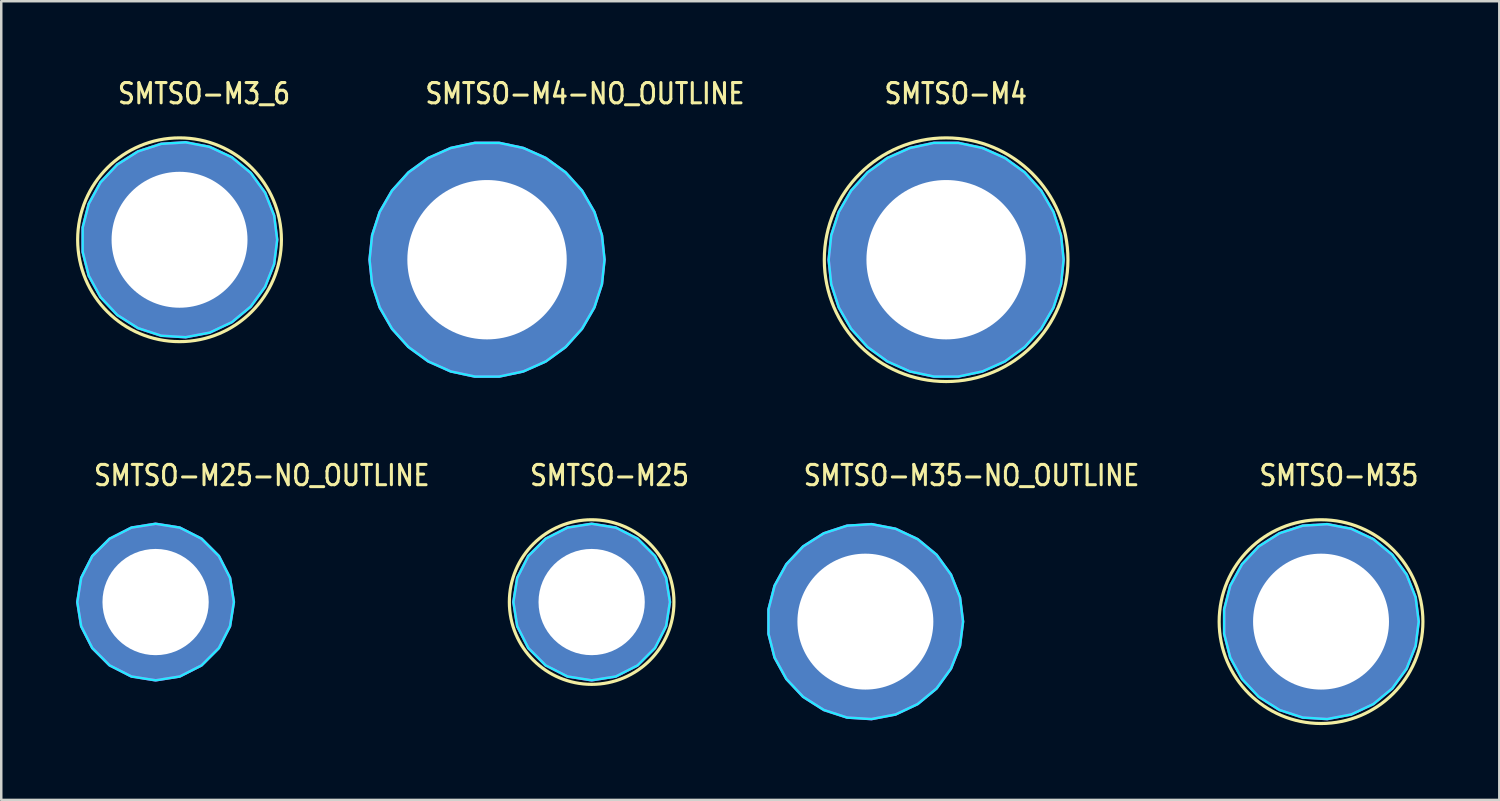
<source format=kicad_pcb>
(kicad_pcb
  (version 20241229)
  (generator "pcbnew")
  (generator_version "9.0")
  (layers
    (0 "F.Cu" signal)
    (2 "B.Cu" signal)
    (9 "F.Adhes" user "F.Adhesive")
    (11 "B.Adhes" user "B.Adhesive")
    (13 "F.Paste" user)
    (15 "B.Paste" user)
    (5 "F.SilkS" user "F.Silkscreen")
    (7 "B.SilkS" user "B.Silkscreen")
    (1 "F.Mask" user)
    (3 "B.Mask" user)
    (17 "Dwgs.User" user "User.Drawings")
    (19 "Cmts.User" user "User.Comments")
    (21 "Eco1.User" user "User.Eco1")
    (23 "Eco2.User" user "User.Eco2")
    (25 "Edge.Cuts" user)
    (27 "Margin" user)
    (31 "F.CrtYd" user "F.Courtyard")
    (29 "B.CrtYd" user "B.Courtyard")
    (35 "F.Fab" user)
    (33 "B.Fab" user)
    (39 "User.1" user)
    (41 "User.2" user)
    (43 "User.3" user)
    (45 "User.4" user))
  (footprint "SMTSO-M4-NO_OUTLINE"
    (layer "F.Cu")
    (at 16.479 7.364)
    (property "Reference" "SMTSO-M4-NO_OUTLINE" (at -2.54 -6.185 0) (unlocked yes) (layer "F.SilkS") (effects (font (size 0.813 0.695) (thickness 0.122)) (justify left bottom)))
    (fp_poly (pts (xy -4.577 -0.538) (xy 4.577 -0.538) (xy 3.227 -0.538) (xy -3.227 -0.538)) (stroke (width 0.076) (type solid)) (fill yes) (layer "F.Paste"))
    (fp_poly (pts (xy 4.577 0.538) (xy -4.577 0.538) (xy -3.227 0.538) (xy 3.227 0.538)) (stroke (width 0.076) (type solid)) (fill yes) (layer "F.Paste"))
    (fp_poly (pts (xy 4.711 0) (xy 4.608 -0.979) (xy 4.304 -1.916) (xy 3.811 -2.769) (xy 3.152 -3.501) (xy 2.355 -4.08) (xy 1.456 -4.48) (xy 0.492 -4.685) (xy -0.492 -4.685) (xy -1.456 -4.48) (xy -2.355 -4.08) (xy -3.152 -3.501) (xy -3.811 -2.769) (xy -4.304 -1.916) (xy -4.608 -0.979) (xy -4.711 0) (xy -4.608 0.979) (xy -4.304 1.916) (xy -3.811 2.769) (xy -3.152 3.501) (xy -2.355 4.08) (xy -1.456 4.48) (xy -0.492 4.685) (xy 0.492 4.685) (xy 1.456 4.48) (xy 2.355 4.08) (xy 3.152 3.501) (xy 3.811 2.769) (xy 4.304 1.916) (xy 4.608 0.979)) (stroke (width 0.1) (type solid)) (fill no) (layer "B.CrtYd"))
    (fp_poly (pts (xy 4.711 0) (xy 4.608 -0.979) (xy 4.304 -1.916) (xy 3.811 -2.769) (xy 3.152 -3.501) (xy 2.355 -4.08) (xy 1.456 -4.48) (xy 0.492 -4.685) (xy -0.492 -4.685) (xy -1.456 -4.48) (xy -2.355 -4.08) (xy -3.152 -3.501) (xy -3.811 -2.769) (xy -4.304 -1.916) (xy -4.608 -0.979) (xy -4.711 0) (xy -4.608 0.979) (xy -4.304 1.916) (xy -3.811 2.769) (xy -3.152 3.501) (xy -2.355 4.08) (xy -1.456 4.48) (xy -0.492 4.685) (xy 0.492 4.685) (xy 1.456 4.48) (xy 2.355 4.08) (xy 3.152 3.501) (xy 3.811 2.769) (xy 4.304 1.916) (xy 4.608 0.979)) (stroke (width 0.1) (type solid)) (fill no) (layer "F.CrtYd"))
    (pad "1" thru_hole oval (at 0 0) (size 9.37 9.37) (drill 6.39) (layers "*.Cu" "*.Mask")))
  (footprint "SMTSO-M4"
    (layer "F.Cu")
    (at 34.888 7.364)
    (property "Reference" "SMTSO-M4" (at -2.54 -6.185 0) (unlocked yes) (layer "F.SilkS") (effects (font (size 0.813 0.695) (thickness 0.122)) (justify left bottom)))
    (fp_circle (center 0 0) (end 4.885 0) (stroke (width 0.127) (type solid)) (fill no) (layer "F.SilkS"))
    (fp_poly (pts (xy -4.577 -0.538) (xy -0.538 -4.577) (xy -0.538 -3.227) (xy -3.227 -0.538)) (stroke (width 0.076) (type solid)) (fill yes) (layer "F.Paste"))
    (fp_poly (pts (xy -0.538 4.577) (xy -4.577 0.538) (xy -3.227 0.538) (xy -0.538 3.227)) (stroke (width 0.076) (type solid)) (fill yes) (layer "F.Paste"))
    (fp_poly (pts (xy 0.538 -4.577) (xy 4.577 -0.538) (xy 3.227 -0.538) (xy 0.538 -3.227)) (stroke (width 0.076) (type solid)) (fill yes) (layer "F.Paste"))
    (fp_poly (pts (xy 4.577 0.538) (xy 0.538 4.577) (xy 0.538 3.227) (xy 3.227 0.538)) (stroke (width 0.076) (type solid)) (fill yes) (layer "F.Paste"))
    (fp_poly (pts (xy 4.711 0) (xy 4.608 -0.979) (xy 4.304 -1.916) (xy 3.811 -2.769) (xy 3.152 -3.501) (xy 2.355 -4.08) (xy 1.456 -4.48) (xy 0.492 -4.685) (xy -0.492 -4.685) (xy -1.456 -4.48) (xy -2.355 -4.08) (xy -3.152 -3.501) (xy -3.811 -2.769) (xy -4.304 -1.916) (xy -4.608 -0.979) (xy -4.711 0) (xy -4.608 0.979) (xy -4.304 1.916) (xy -3.811 2.769) (xy -3.152 3.501) (xy -2.355 4.08) (xy -1.456 4.48) (xy -0.492 4.685) (xy 0.492 4.685) (xy 1.456 4.48) (xy 2.355 4.08) (xy 3.152 3.501) (xy 3.811 2.769) (xy 4.304 1.916) (xy 4.608 0.979)) (stroke (width 0.1) (type solid)) (fill no) (layer "B.CrtYd"))
    (fp_poly (pts (xy 4.711 0) (xy 4.608 -0.979) (xy 4.304 -1.916) (xy 3.811 -2.769) (xy 3.152 -3.501) (xy 2.355 -4.08) (xy 1.456 -4.48) (xy 0.492 -4.685) (xy -0.492 -4.685) (xy -1.456 -4.48) (xy -2.355 -4.08) (xy -3.152 -3.501) (xy -3.811 -2.769) (xy -4.304 -1.916) (xy -4.608 -0.979) (xy -4.711 0) (xy -4.608 0.979) (xy -4.304 1.916) (xy -3.811 2.769) (xy -3.152 3.501) (xy -2.355 4.08) (xy -1.456 4.48) (xy -0.492 4.685) (xy 0.492 4.685) (xy 1.456 4.48) (xy 2.355 4.08) (xy 3.152 3.501) (xy 3.811 2.769) (xy 4.304 1.916) (xy 4.608 0.979)) (stroke (width 0.1) (type solid)) (fill no) (layer "F.CrtYd"))
    (pad "1" thru_hole oval (at 0 0) (size 9.37 9.37) (drill 6.39) (layers "*.Cu" "*.Mask")))
  (footprint "SMTSO-M35-NO_OUTLINE"
    (layer "F.Cu")
    (at 31.65 21.876)
    (property "Reference" "SMTSO-M35-NO_OUTLINE" (at -2.54 -5.385 0) (unlocked yes) (layer "F.SilkS") (effects (font (size 0.813 0.695) (thickness 0.122)) (justify left bottom)))
    (fp_poly (pts (xy -3.771 -0.538) (xy 3.771 -0.538) (xy 2.749 -0.538) (xy -2.749 -0.538)) (stroke (width 0.076) (type solid)) (fill yes) (layer "F.Paste"))
    (fp_poly (pts (xy 3.771 0.538) (xy -3.771 0.538) (xy -2.749 0.538) (xy 2.749 0.538)) (stroke (width 0.076) (type solid)) (fill yes) (layer "F.Paste"))
    (fp_poly (pts (xy 3.916 0) (xy 3.793 -0.974) (xy 3.432 -1.886) (xy 2.855 -2.681) (xy 2.098 -3.306) (xy 1.21 -3.724) (xy 0.246 -3.908) (xy -0.734 -3.847) (xy -1.667 -3.543) (xy -2.496 -3.017) (xy -3.168 -2.302) (xy -3.641 -1.442) (xy -3.885 -0.491) (xy -3.885 0.491) (xy -3.641 1.442) (xy -3.168 2.302) (xy -2.496 3.017) (xy -1.667 3.543) (xy -0.734 3.847) (xy 0.246 3.908) (xy 1.21 3.724) (xy 2.098 3.306) (xy 2.855 2.681) (xy 3.432 1.886) (xy 3.793 0.974)) (stroke (width 0.1) (type solid)) (fill no) (layer "B.CrtYd"))
    (fp_poly (pts (xy 3.916 0) (xy 3.793 -0.974) (xy 3.432 -1.886) (xy 2.855 -2.681) (xy 2.098 -3.306) (xy 1.21 -3.724) (xy 0.246 -3.908) (xy -0.734 -3.847) (xy -1.667 -3.543) (xy -2.496 -3.017) (xy -3.168 -2.302) (xy -3.641 -1.442) (xy -3.885 -0.491) (xy -3.885 0.491) (xy -3.641 1.442) (xy -3.168 2.302) (xy -2.496 3.017) (xy -1.667 3.543) (xy -0.734 3.847) (xy 0.246 3.908) (xy 1.21 3.724) (xy 2.098 3.306) (xy 2.855 2.681) (xy 3.432 1.886) (xy 3.793 0.974)) (stroke (width 0.1) (type solid)) (fill no) (layer "F.CrtYd"))
    (pad "P$1" thru_hole oval (at 0 0) (size 7.77 7.77) (drill 5.45) (layers "*.Cu" "*.Mask")))
  (footprint "SMTSO-M25"
    (layer "F.Cu")
    (at 20.674 21.091)
    (property "Reference" "SMTSO-M25" (at -2.54 -4.6 0) (unlocked yes) (layer "F.SilkS") (effects (font (size 0.813 0.695) (thickness 0.122)) (justify left bottom)))
    (fp_circle (center 0 0) (end 3.3 0) (stroke (width 0.127) (type solid)) (fill no) (layer "F.SilkS"))
    (fp_poly (pts (xy -2.976 -0.538) (xy 2.976 -0.538) (xy 2.14 -0.538) (xy -2.14 -0.538)) (stroke (width 0.076) (type solid)) (fill yes) (layer "F.Paste"))
    (fp_poly (pts (xy 2.976 0.538) (xy -2.976 0.538) (xy -2.14 0.538) (xy 2.14 0.538)) (stroke (width 0.076) (type solid)) (fill yes) (layer "F.Paste"))
    (fp_poly (pts (xy 3.139 0) (xy 2.985 -0.97) (xy 2.539 -1.845) (xy 1.845 -2.539) (xy 0.97 -2.985) (xy 0 -3.139) (xy -0.97 -2.985) (xy -1.845 -2.539) (xy -2.539 -1.845) (xy -2.985 -0.97) (xy -3.139 0) (xy -2.985 0.97) (xy -2.539 1.845) (xy -1.845 2.539) (xy -0.97 2.985) (xy 0 3.139) (xy 0.97 2.985) (xy 1.845 2.539) (xy 2.539 1.845) (xy 2.985 0.97)) (stroke (width 0.1) (type solid)) (fill no) (layer "B.CrtYd"))
    (fp_poly (pts (xy 3.139 0) (xy 2.985 -0.97) (xy 2.539 -1.845) (xy 1.845 -2.539) (xy 0.97 -2.985) (xy 0 -3.139) (xy -0.97 -2.985) (xy -1.845 -2.539) (xy -2.539 -1.845) (xy -2.985 -0.97) (xy -3.139 0) (xy -2.985 0.97) (xy -2.539 1.845) (xy -1.845 2.539) (xy -0.97 2.985) (xy 0 3.139) (xy 0.97 2.985) (xy 1.845 2.539) (xy 2.539 1.845) (xy 2.985 0.97)) (stroke (width 0.1) (type solid)) (fill no) (layer "F.CrtYd"))
    (pad "1" thru_hole oval (at 0 0) (size 6.2 6.2) (drill 4.26) (layers "*.Cu" "*.Mask")))
  (footprint "SMTSO-M25-NO_OUTLINE"
    (layer "F.Cu")
    (at 3.189 21.091)
    (property "Reference" "SMTSO-M25-NO_OUTLINE" (at -2.54 -4.6 0) (unlocked yes) (layer "F.SilkS") (effects (font (size 0.813 0.695) (thickness 0.122)) (justify left bottom)))
    (fp_poly (pts (xy -2.976 -0.538) (xy 2.976 -0.538) (xy 2.14 -0.538) (xy -2.14 -0.538)) (stroke (width 0.076) (type solid)) (fill yes) (layer "F.Paste"))
    (fp_poly (pts (xy 2.976 0.538) (xy -2.976 0.538) (xy -2.14 0.538) (xy 2.14 0.538)) (stroke (width 0.076) (type solid)) (fill yes) (layer "F.Paste"))
    (fp_poly (pts (xy 3.139 0) (xy 2.985 -0.97) (xy 2.539 -1.845) (xy 1.845 -2.539) (xy 0.97 -2.985) (xy 0 -3.139) (xy -0.97 -2.985) (xy -1.845 -2.539) (xy -2.539 -1.845) (xy -2.985 -0.97) (xy -3.139 0) (xy -2.985 0.97) (xy -2.539 1.845) (xy -1.845 2.539) (xy -0.97 2.985) (xy 0 3.139) (xy 0.97 2.985) (xy 1.845 2.539) (xy 2.539 1.845) (xy 2.985 0.97)) (stroke (width 0.1) (type solid)) (fill no) (layer "B.CrtYd"))
    (fp_poly (pts (xy 3.139 0) (xy 2.985 -0.97) (xy 2.539 -1.845) (xy 1.845 -2.539) (xy 0.97 -2.985) (xy 0 -3.139) (xy -0.97 -2.985) (xy -1.845 -2.539) (xy -2.539 -1.845) (xy -2.985 -0.97) (xy -3.139 0) (xy -2.985 0.97) (xy -2.539 1.845) (xy -1.845 2.539) (xy -0.97 2.985) (xy 0 3.139) (xy 0.97 2.985) (xy 1.845 2.539) (xy 2.539 1.845) (xy 2.985 0.97)) (stroke (width 0.1) (type solid)) (fill no) (layer "F.CrtYd"))
    (pad "1" thru_hole oval (at 0 0) (size 6.2 6.2) (drill 4.26) (layers "*.Cu" "*.Mask")))
  (footprint "SMTSO-M3_6"
    (layer "F.Cu")
    (at 4.149 6.564)
    (property "Reference" "SMTSO-M3_6" (at -2.54 -5.385 0) (unlocked yes) (layer "F.SilkS") (effects (font (size 0.813 0.695) (thickness 0.122)) (justify left bottom)))
    (fp_circle (center 0 0) (end 4.085 0) (stroke (width 0.127) (type solid)) (fill no) (layer "F.SilkS"))
    (fp_poly (pts (xy -3.771 -0.538) (xy -0.538 -3.771) (xy -0.538 -2.749) (xy -2.749 -0.538)) (stroke (width 0.076) (type solid)) (fill yes) (layer "F.Paste"))
    (fp_poly (pts (xy -0.538 3.771) (xy -3.771 0.538) (xy -2.749 0.538) (xy -0.538 2.749)) (stroke (width 0.076) (type solid)) (fill yes) (layer "F.Paste"))
    (fp_poly (pts (xy 0.538 -3.771) (xy 3.771 -0.538) (xy 2.749 -0.538) (xy 0.538 -2.749)) (stroke (width 0.076) (type solid)) (fill yes) (layer "F.Paste"))
    (fp_poly (pts (xy 3.771 0.538) (xy 0.538 3.771) (xy 0.538 2.749) (xy 2.749 0.538)) (stroke (width 0.076) (type solid)) (fill yes) (layer "F.Paste"))
    (fp_poly (pts (xy 3.916 0) (xy 3.793 -0.974) (xy 3.432 -1.886) (xy 2.855 -2.681) (xy 2.098 -3.306) (xy 1.21 -3.724) (xy 0.246 -3.908) (xy -0.734 -3.847) (xy -1.667 -3.543) (xy -2.496 -3.017) (xy -3.168 -2.302) (xy -3.641 -1.442) (xy -3.885 -0.491) (xy -3.885 0.491) (xy -3.641 1.442) (xy -3.168 2.302) (xy -2.496 3.017) (xy -1.667 3.543) (xy -0.734 3.847) (xy 0.246 3.908) (xy 1.21 3.724) (xy 2.098 3.306) (xy 2.855 2.681) (xy 3.432 1.886) (xy 3.793 0.974)) (stroke (width 0.1) (type solid)) (fill no) (layer "B.CrtYd"))
    (fp_poly (pts (xy 3.916 0) (xy 3.793 -0.974) (xy 3.432 -1.886) (xy 2.855 -2.681) (xy 2.098 -3.306) (xy 1.21 -3.724) (xy 0.246 -3.908) (xy -0.734 -3.847) (xy -1.667 -3.543) (xy -2.496 -3.017) (xy -3.168 -2.302) (xy -3.641 -1.442) (xy -3.885 -0.491) (xy -3.885 0.491) (xy -3.641 1.442) (xy -3.168 2.302) (xy -2.496 3.017) (xy -1.667 3.543) (xy -0.734 3.847) (xy 0.246 3.908) (xy 1.21 3.724) (xy 2.098 3.306) (xy 2.855 2.681) (xy 3.432 1.886) (xy 3.793 0.974)) (stroke (width 0.1) (type solid)) (fill no) (layer "F.CrtYd"))
    (pad "1" thru_hole oval (at 0 0) (size 7.77 7.77) (drill 5.45) (layers "*.Cu" "*.Mask")))
  (footprint "SMTSO-M35"
    (layer "F.Cu")
    (at 49.921 21.876)
    (property "Reference" "SMTSO-M35" (at -2.54 -5.385 0) (unlocked yes) (layer "F.SilkS") (effects (font (size 0.813 0.695) (thickness 0.122)) (justify left bottom)))
    (fp_circle (center 0 0) (end 4.085 0) (stroke (width 0.127) (type solid)) (fill no) (layer "F.SilkS"))
    (fp_poly (pts (xy -3.771 -0.538) (xy -0.538 -3.771) (xy -0.538 -2.749) (xy -2.749 -0.538)) (stroke (width 0.076) (type solid)) (fill yes) (layer "F.Paste"))
    (fp_poly (pts (xy -0.538 3.771) (xy -3.771 0.538) (xy -2.749 0.538) (xy -0.538 2.749)) (stroke (width 0.076) (type solid)) (fill yes) (layer "F.Paste"))
    (fp_poly (pts (xy 0.538 -3.771) (xy 3.771 -0.538) (xy 2.749 -0.538) (xy 0.538 -2.749)) (stroke (width 0.076) (type solid)) (fill yes) (layer "F.Paste"))
    (fp_poly (pts (xy 3.771 0.538) (xy 0.538 3.771) (xy 0.538 2.749) (xy 2.749 0.538)) (stroke (width 0.076) (type solid)) (fill yes) (layer "F.Paste"))
    (fp_poly (pts (xy 3.916 0) (xy 3.793 -0.974) (xy 3.432 -1.886) (xy 2.855 -2.681) (xy 2.098 -3.306) (xy 1.21 -3.724) (xy 0.246 -3.908) (xy -0.734 -3.847) (xy -1.667 -3.543) (xy -2.496 -3.017) (xy -3.168 -2.302) (xy -3.641 -1.442) (xy -3.885 -0.491) (xy -3.885 0.491) (xy -3.641 1.442) (xy -3.168 2.302) (xy -2.496 3.017) (xy -1.667 3.543) (xy -0.734 3.847) (xy 0.246 3.908) (xy 1.21 3.724) (xy 2.098 3.306) (xy 2.855 2.681) (xy 3.432 1.886) (xy 3.793 0.974)) (stroke (width 0.1) (type solid)) (fill no) (layer "B.CrtYd"))
    (fp_poly (pts (xy 3.916 0) (xy 3.793 -0.974) (xy 3.432 -1.886) (xy 2.855 -2.681) (xy 2.098 -3.306) (xy 1.21 -3.724) (xy 0.246 -3.908) (xy -0.734 -3.847) (xy -1.667 -3.543) (xy -2.496 -3.017) (xy -3.168 -2.302) (xy -3.641 -1.442) (xy -3.885 -0.491) (xy -3.885 0.491) (xy -3.641 1.442) (xy -3.168 2.302) (xy -2.496 3.017) (xy -1.667 3.543) (xy -0.734 3.847) (xy 0.246 3.908) (xy 1.21 3.724) (xy 2.098 3.306) (xy 2.855 2.681) (xy 3.432 1.886) (xy 3.793 0.974)) (stroke (width 0.1) (type solid)) (fill no) (layer "F.CrtYd"))
    (pad "1" thru_hole oval (at 0 0) (size 7.77 7.77) (drill 5.45) (layers "*.Cu" "*.Mask")))
  (gr_rect
    (start -3 -3)
    (end 57.069 29.024)
    (stroke (width 0.1) (type default))
    (fill no)
    (layer "Edge.Cuts")))
</source>
